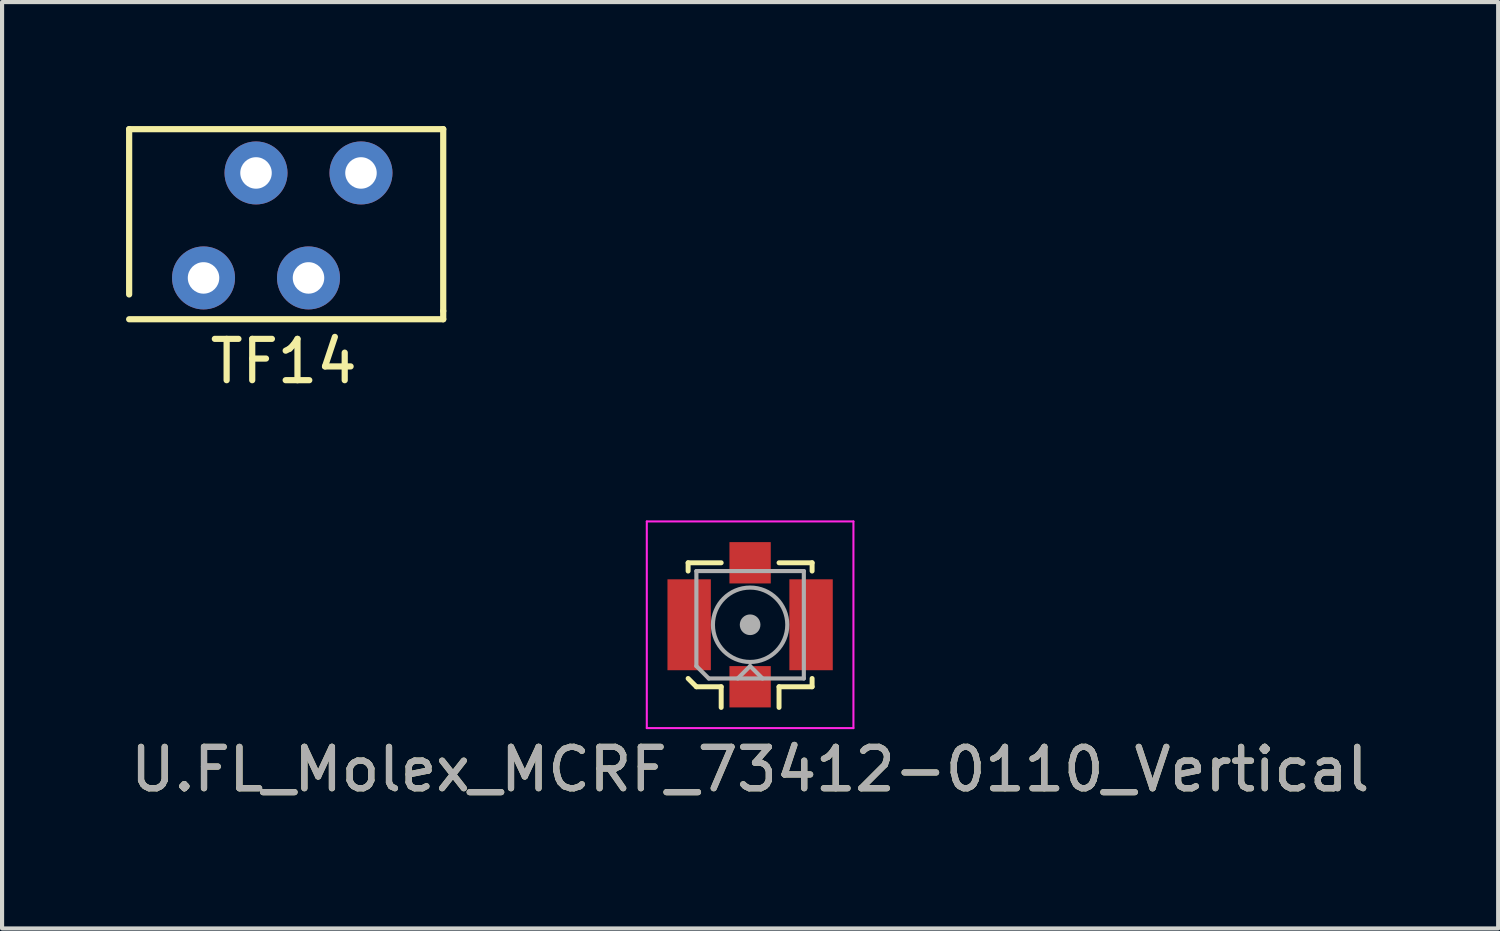
<source format=kicad_pcb>
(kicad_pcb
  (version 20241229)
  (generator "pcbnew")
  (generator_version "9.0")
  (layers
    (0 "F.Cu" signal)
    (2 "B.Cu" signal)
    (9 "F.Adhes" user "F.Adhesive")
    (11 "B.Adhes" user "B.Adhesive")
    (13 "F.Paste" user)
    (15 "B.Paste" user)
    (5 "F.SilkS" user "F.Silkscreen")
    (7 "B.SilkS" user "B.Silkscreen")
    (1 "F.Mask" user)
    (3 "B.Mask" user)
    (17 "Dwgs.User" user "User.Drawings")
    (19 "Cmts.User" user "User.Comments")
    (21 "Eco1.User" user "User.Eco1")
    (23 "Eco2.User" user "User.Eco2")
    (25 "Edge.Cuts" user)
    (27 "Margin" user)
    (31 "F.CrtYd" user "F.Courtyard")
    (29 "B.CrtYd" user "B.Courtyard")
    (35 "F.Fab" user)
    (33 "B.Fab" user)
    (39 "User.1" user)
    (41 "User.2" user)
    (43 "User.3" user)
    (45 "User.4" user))
  (footprint "U.FL_Molex_MCRF_73412-0110_Vertical"
    (layer "F.Cu")
    (at 15.101 12.068)
    (property "Reference" "U.FL_Molex_MCRF_73412-0110_Vertical" (at 0 3.5 0) (layer "F.SilkS") (effects (font (size 1 1) (thickness 0.15))))
    (attr smd)
    (fp_line (start -1.5 -1.5) (end -0.7 -1.5) (stroke (width 0.12) (type solid)) (layer "F.SilkS"))
    (fp_line (start -1.5 -1.3) (end -1.5 -1.5) (stroke (width 0.12) (type solid)) (layer "F.SilkS"))
    (fp_line (start -1.3 1.5) (end -1.5 1.3) (stroke (width 0.12) (type solid)) (layer "F.SilkS"))
    (fp_line (start -0.7 1.5) (end -1.3 1.5) (stroke (width 0.12) (type solid)) (layer "F.SilkS"))
    (fp_line (start -0.7 1.5) (end -0.7 2) (stroke (width 0.12) (type solid)) (layer "F.SilkS"))
    (fp_line (start 0.7 -1.5) (end 1.5 -1.5) (stroke (width 0.12) (type solid)) (layer "F.SilkS"))
    (fp_line (start 0.7 1.5) (end 0.7 2) (stroke (width 0.12) (type solid)) (layer "F.SilkS"))
    (fp_line (start 1.5 -1.5) (end 1.5 -1.3) (stroke (width 0.12) (type solid)) (layer "F.SilkS"))
    (fp_line (start 1.5 1.3) (end 1.5 1.5) (stroke (width 0.12) (type solid)) (layer "F.SilkS"))
    (fp_line (start 1.5 1.5) (end 0.7 1.5) (stroke (width 0.12) (type solid)) (layer "F.SilkS"))
    (fp_line (start -2.5 -2.5) (end -2.5 2.5) (stroke (width 0.05) (type solid)) (layer "F.CrtYd"))
    (fp_line (start -2.5 2.5) (end 2.5 2.5) (stroke (width 0.05) (type solid)) (layer "F.CrtYd"))
    (fp_line (start 2.5 -2.5) (end -2.5 -2.5) (stroke (width 0.05) (type solid)) (layer "F.CrtYd"))
    (fp_line (start 2.5 2.5) (end 2.5 -2.5) (stroke (width 0.05) (type solid)) (layer "F.CrtYd"))
    (fp_line (start -1.3 -1.3) (end -1.3 1) (stroke (width 0.1) (type solid)) (layer "F.Fab"))
    (fp_line (start -1.3 -1.3) (end 1.3 -1.3) (stroke (width 0.1) (type solid)) (layer "F.Fab"))
    (fp_line (start -1.3 1) (end -1 1.3) (stroke (width 0.1) (type solid)) (layer "F.Fab"))
    (fp_line (start -1 1.3) (end 1.3 1.3) (stroke (width 0.1) (type solid)) (layer "F.Fab"))
    (fp_line (start -0.3 1.3) (end 0 1) (stroke (width 0.1) (type solid)) (layer "F.Fab"))
    (fp_line (start 0 1) (end 0.3 1.3) (stroke (width 0.1) (type solid)) (layer "F.Fab"))
    (fp_line (start 1.3 -1.3) (end 1.3 1.3) (stroke (width 0.1) (type solid)) (layer "F.Fab"))
    (fp_circle (center 0 0) (end 0 0.05) (stroke (width 0.1) (type solid)) (fill no) (layer "F.Fab"))
    (fp_circle (center 0 0) (end 0 0.125) (stroke (width 0.1) (type solid)) (fill no) (layer "F.Fab"))
    (fp_circle (center 0 0) (end 0 0.2) (stroke (width 0.1) (type solid)) (fill no) (layer "F.Fab"))
    (fp_circle (center 0 0) (end 0.9 0) (stroke (width 0.1) (type solid)) (fill no) (layer "F.Fab"))
    (fp_text user "${REFERENCE}" (at 0 3.5 0) (layer "F.Fab") (effects (font (size 1 1) (thickness 0.15))))
    (pad "1" smd rect (at 0 1.5) (size 1 1) (layers "F.Cu" "F.Mask" "F.Paste"))
    (pad "2" smd rect (at -1.475 0) (size 1.05 2.2) (layers "F.Cu" "F.Mask" "F.Paste"))
    (pad "2" smd rect (at 0 -1.5) (size 1 1) (layers "F.Cu" "F.Mask" "F.Paste"))
    (pad "2" smd rect (at 1.475 0) (size 1.05 2.2) (layers "F.Cu" "F.Mask" "F.Paste")))
  (footprint "TF14"
    (layer "F.Cu")
    (at 1.875 3.675)
    (property "Reference" "TF14" (at 1.94 2.02 0) (layer "F.SilkS") (effects (font (size 1 1) (thickness 0.15))))
    (attr through_hole)
    (fp_line (start -1.8 -3.6) (end 5.8 -3.6) (stroke (width 0.15) (type solid)) (layer "F.SilkS"))
    (fp_line (start -1.8 0.4) (end -1.8 -3.6) (stroke (width 0.15) (type solid)) (layer "F.SilkS"))
    (fp_line (start 5.8 -3.6) (end 5.8 0.8) (stroke (width 0.15) (type solid)) (layer "F.SilkS"))
    (fp_line (start 5.8 1) (end -1.8 1) (stroke (width 0.15) (type solid)) (layer "F.SilkS"))
    (fp_line (start 5.8 1) (end 5.8 0.8) (stroke (width 0.15) (type solid)) (layer "F.SilkS"))
    (pad "1" thru_hole circle (at 0 0) (size 1.524 1.524) (drill 0.762) (layers "*.Cu" "*.Mask"))
    (pad "2" thru_hole circle (at 1.27 -2.54) (size 1.524 1.524) (drill 0.762) (layers "*.Cu" "*.Mask"))
    (pad "3" thru_hole circle (at 2.54 0) (size 1.524 1.524) (drill 0.762) (layers "*.Cu" "*.Mask"))
    (pad "4" thru_hole circle (at 3.81 -2.54) (size 1.524 1.524) (drill 0.762) (layers "*.Cu" "*.Mask")))
  (gr_rect
    (start -3 -3)
    (end 33.202 19.416)
    (stroke (width 0.1) (type default))
    (fill no)
    (layer "Edge.Cuts")))
</source>
